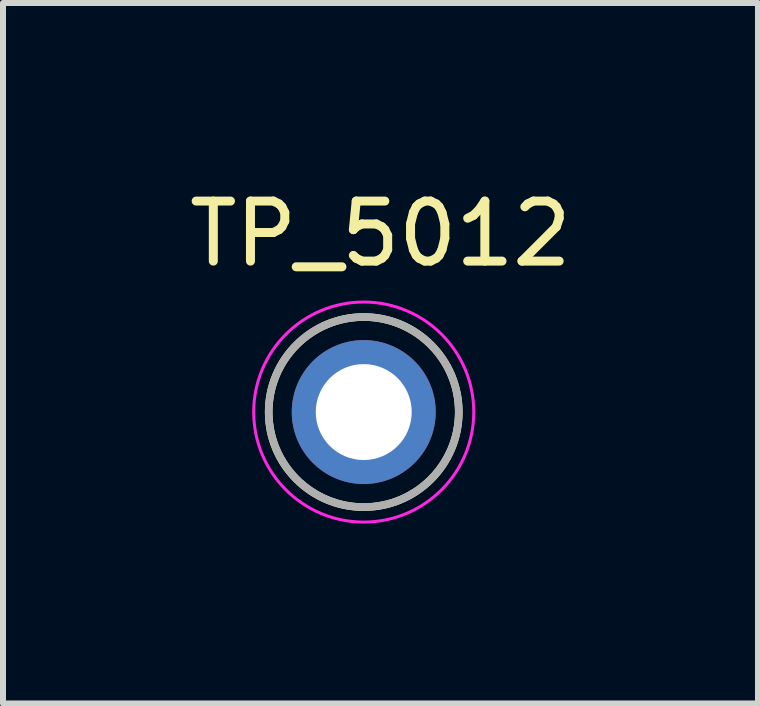
<source format=kicad_pcb>
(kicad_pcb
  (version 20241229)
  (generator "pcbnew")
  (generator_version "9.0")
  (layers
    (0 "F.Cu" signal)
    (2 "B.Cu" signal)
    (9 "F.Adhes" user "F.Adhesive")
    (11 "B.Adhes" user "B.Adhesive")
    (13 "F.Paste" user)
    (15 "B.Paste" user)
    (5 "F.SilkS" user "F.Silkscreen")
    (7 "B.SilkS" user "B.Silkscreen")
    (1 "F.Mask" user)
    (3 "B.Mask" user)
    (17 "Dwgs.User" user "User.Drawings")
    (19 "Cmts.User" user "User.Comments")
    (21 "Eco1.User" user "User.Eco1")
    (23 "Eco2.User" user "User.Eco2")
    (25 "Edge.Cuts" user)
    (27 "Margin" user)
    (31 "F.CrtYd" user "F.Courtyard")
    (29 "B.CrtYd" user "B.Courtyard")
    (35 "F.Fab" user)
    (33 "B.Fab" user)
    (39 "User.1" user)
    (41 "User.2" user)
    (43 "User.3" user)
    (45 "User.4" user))
  (footprint "TP_5012"
    (layer "F.Cu")
    (at 3.016 3.822)
    (property "Reference" "TP_5012" (at 0.28 -2.973 0) (layer "F.SilkS") (effects (font (size 1.001 1.001) (thickness 0.15))))
    (attr through_hole)
    (fp_circle (center 0 0) (end 1.585 0) (stroke (width 0.127) (type solid)) (fill no) (layer "F.SilkS"))
    (fp_circle (center 0 0) (end 1.835 0) (stroke (width 0.05) (type solid)) (fill no) (layer "F.CrtYd"))
    (fp_circle (center 0 0) (end 1.585 0) (stroke (width 0.127) (type solid)) (fill no) (layer "F.Fab"))
    (pad "TP" thru_hole circle (at 0 0) (size 2.4 2.4) (drill 1.6) (layers "*.Cu" "*.Mask")))
  (gr_rect
    (start -3 -3)
    (end 9.591 8.682)
    (stroke (width 0.1) (type default))
    (fill no)
    (layer "Edge.Cuts")))
</source>
